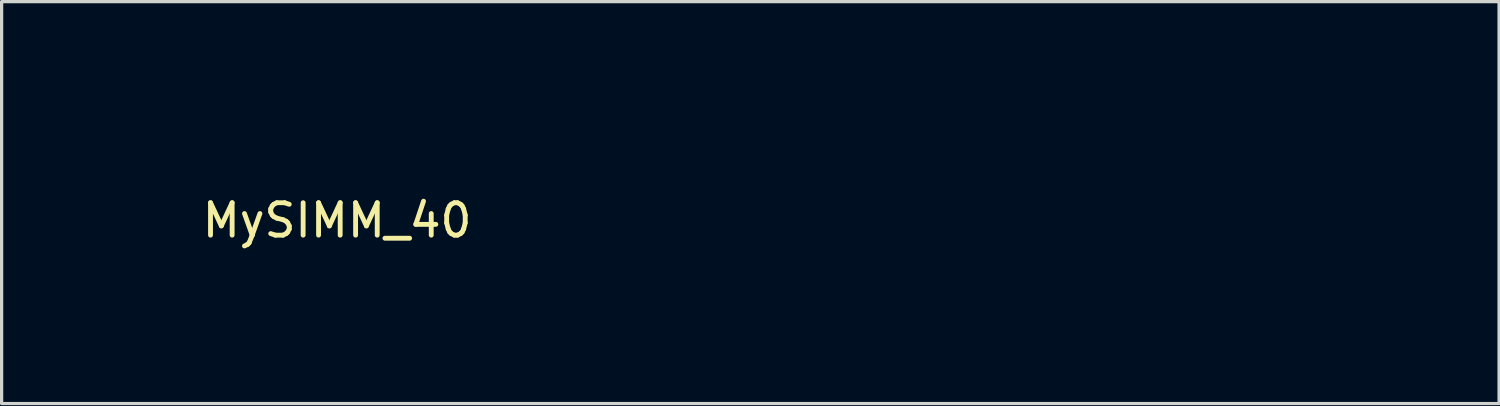
<source format=kicad_pcb>
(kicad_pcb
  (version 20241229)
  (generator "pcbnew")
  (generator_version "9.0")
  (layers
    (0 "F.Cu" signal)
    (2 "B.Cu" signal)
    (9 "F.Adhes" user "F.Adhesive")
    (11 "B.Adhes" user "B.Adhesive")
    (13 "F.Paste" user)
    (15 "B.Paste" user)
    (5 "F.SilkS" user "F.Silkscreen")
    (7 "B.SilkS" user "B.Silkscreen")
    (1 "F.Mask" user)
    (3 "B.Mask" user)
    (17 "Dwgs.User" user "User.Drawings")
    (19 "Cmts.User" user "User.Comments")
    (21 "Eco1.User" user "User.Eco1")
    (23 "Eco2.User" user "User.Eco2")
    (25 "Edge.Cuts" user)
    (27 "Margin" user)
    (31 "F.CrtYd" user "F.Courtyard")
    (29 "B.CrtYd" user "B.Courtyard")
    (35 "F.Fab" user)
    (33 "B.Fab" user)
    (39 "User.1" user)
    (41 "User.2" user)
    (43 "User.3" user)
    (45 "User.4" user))
  (footprint "MySIMM_40"
    (layer "F.Cu")
    (at 20.35 0.25)
    (property "Reference" "MySIMM_40" (at -13 3.5 0) (layer "F.SilkS") (effects (font (size 1 1) (thickness 0.15))))
    (attr through_hole)
    (pad "" smd rect (at -20 5.5) (size 0.7 1.3) (layers "F.Paste"))
    (pad "" smd rect (at -19 5.5) (size 0.7 1.3) (layers "F.Paste"))
    (pad "" smd rect (at -18 5.5) (size 0.7 1.3) (layers "F.Paste"))
    (pad "" smd rect (at -17 5.5) (size 0.7 1.3) (layers "F.Paste"))
    (pad "" smd rect (at -16 5.5) (size 0.7 1.3) (layers "F.Paste"))
    (pad "" smd rect (at -15 5.5) (size 0.7 1.3) (layers "F.Paste"))
    (pad "" smd rect (at -14 5.5) (size 0.7 1.3) (layers "F.Paste"))
    (pad "" smd rect (at -13 5.5) (size 0.7 1.3) (layers "F.Paste"))
    (pad "" smd rect (at -12 5.5) (size 0.7 1.3) (layers "F.Paste"))
    (pad "" smd rect (at -11 5.5) (size 0.7 1.3) (layers "F.Paste"))
    (pad "" smd rect (at -9.5 5.5) (size 0.7 1.3) (layers "F.Paste"))
    (pad "" smd rect (at -8.5 5.5) (size 0.7 1.3) (layers "F.Paste"))
    (pad "" smd rect (at -7.5 5.5) (size 0.7 1.3) (layers "F.Paste"))
    (pad "" smd rect (at -6.5 5.5) (size 0.7 1.3) (layers "F.Paste"))
    (pad "" smd rect (at -5.5 5.5) (size 0.7 1.3) (layers "F.Paste"))
    (pad "" smd rect (at -4.5 5.5) (size 0.7 1.3) (layers "F.Paste"))
    (pad "" smd rect (at -3.5 5.5) (size 0.7 1.3) (layers "F.Paste"))
    (pad "" smd rect (at -2.5 5.5) (size 0.7 1.3) (layers "F.Paste"))
    (pad "" smd rect (at -1.5 5.5) (size 0.7 1.3) (layers "F.Paste"))
    (pad "" smd rect (at -0.5 5.5) (size 0.7 1.3) (layers "F.Paste"))
    (pad "" smd rect (at 0.5 5.5) (size 0.7 1.3) (layers "F.Paste"))
    (pad "" smd rect (at 1.5 5.5) (size 0.7 1.3) (layers "F.Paste"))
    (pad "" smd rect (at 2.5 5.5) (size 0.7 1.3) (layers "F.Paste"))
    (pad "" smd rect (at 3.5 5.5) (size 0.7 1.3) (layers "F.Paste"))
    (pad "" smd rect (at 4.5 5.5) (size 0.7 1.3) (layers "F.Paste"))
    (pad "" smd rect (at 5.5 5.5) (size 0.7 1.3) (layers "F.Paste"))
    (pad "" smd rect (at 6.5 5.5) (size 0.7 1.3) (layers "F.Paste"))
    (pad "" smd rect (at 7.5 5.5) (size 0.7 1.3) (layers "F.Paste"))
    (pad "" smd rect (at 8.5 5.5) (size 0.7 1.3) (layers "F.Paste"))
    (pad "" smd rect (at 9.5 5.5) (size 0.7 1.3) (layers "F.Paste"))
    (pad "" smd rect (at 10.5 5.5) (size 0.7 1.3) (layers "F.Paste"))
    (pad "" smd rect (at 11.5 5.5) (size 0.7 1.3) (layers "F.Paste"))
    (pad "" smd rect (at 12.5 5.5) (size 0.7 1.3) (layers "F.Paste"))
    (pad "" smd rect (at 13.5 5.5) (size 0.7 1.3) (layers "F.Paste"))
    (pad "" smd rect (at 14.5 5.5) (size 0.7 1.3) (layers "F.Paste"))
    (pad "" smd rect (at 15.5 5.5) (size 0.7 1.3) (layers "F.Paste"))
    (pad "" smd rect (at 16.5 5.5) (size 0.7 1.3) (layers "F.Paste"))
    (pad "" smd rect (at 17.5 5.5) (size 0.7 1.3) (layers "F.Paste"))
    (pad "" smd rect (at 18.5 5.5) (size 0.7 1.3) (layers "F.Paste"))
    (pad "" smd rect (at 19.5 5.5) (size 0.7 1.3) (layers "F.Paste")))
  (gr_rect
    (start -3 -3)
    (end 43.2 9.4)
    (stroke (width 0.1) (type default))
    (fill no)
    (layer "Edge.Cuts")))
</source>
